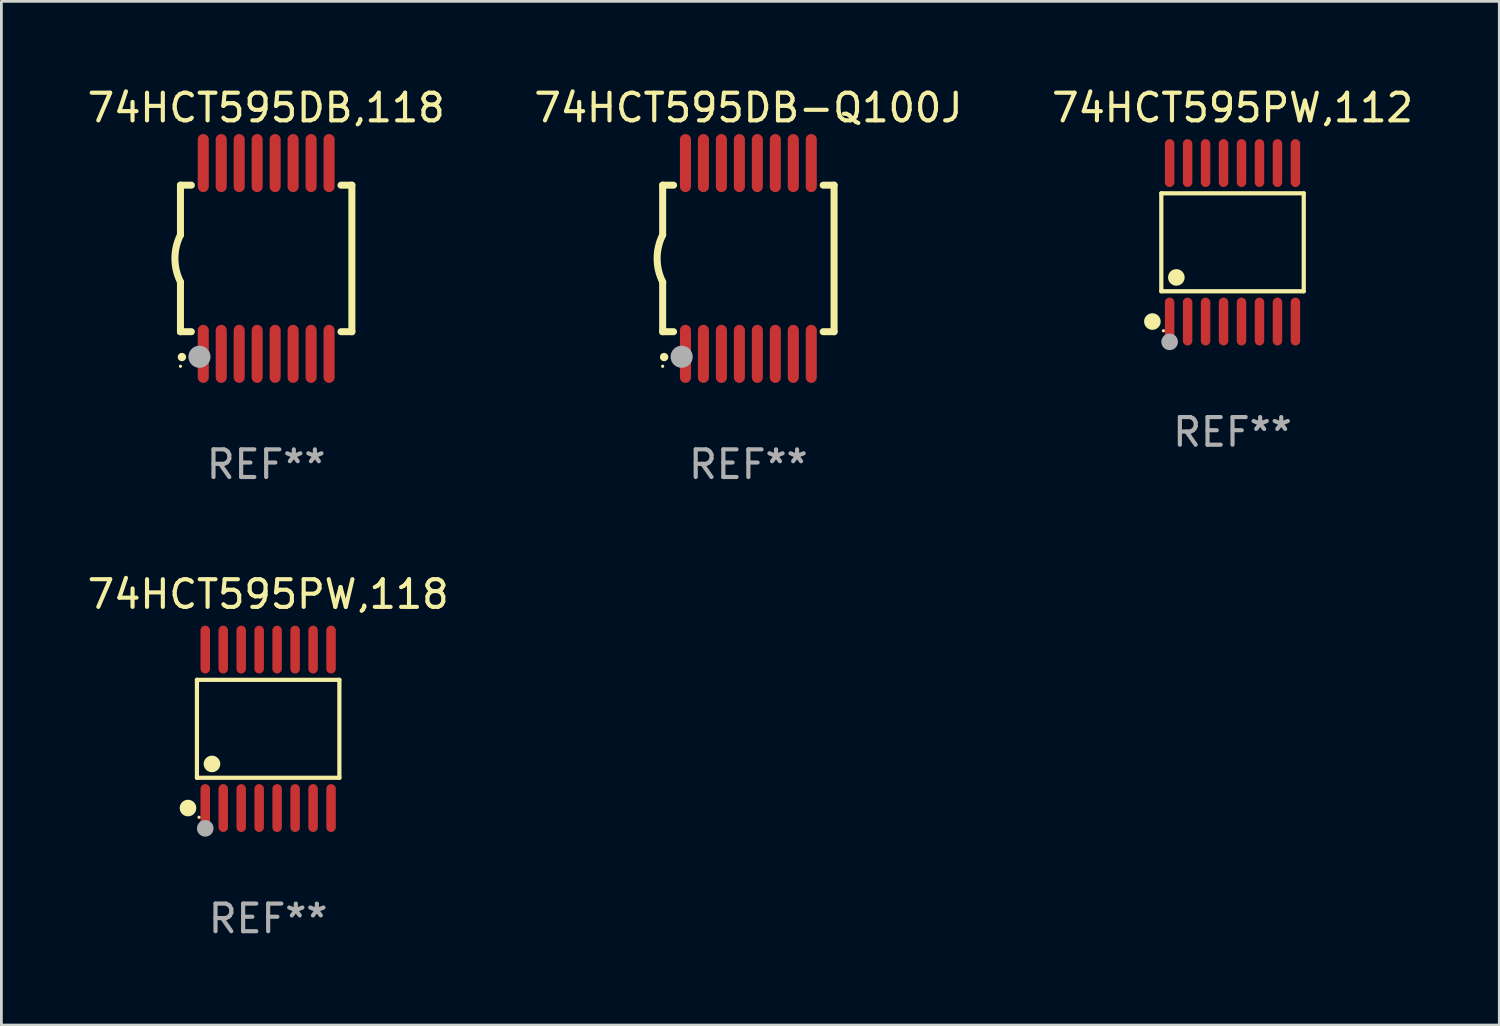
<source format=kicad_pcb>
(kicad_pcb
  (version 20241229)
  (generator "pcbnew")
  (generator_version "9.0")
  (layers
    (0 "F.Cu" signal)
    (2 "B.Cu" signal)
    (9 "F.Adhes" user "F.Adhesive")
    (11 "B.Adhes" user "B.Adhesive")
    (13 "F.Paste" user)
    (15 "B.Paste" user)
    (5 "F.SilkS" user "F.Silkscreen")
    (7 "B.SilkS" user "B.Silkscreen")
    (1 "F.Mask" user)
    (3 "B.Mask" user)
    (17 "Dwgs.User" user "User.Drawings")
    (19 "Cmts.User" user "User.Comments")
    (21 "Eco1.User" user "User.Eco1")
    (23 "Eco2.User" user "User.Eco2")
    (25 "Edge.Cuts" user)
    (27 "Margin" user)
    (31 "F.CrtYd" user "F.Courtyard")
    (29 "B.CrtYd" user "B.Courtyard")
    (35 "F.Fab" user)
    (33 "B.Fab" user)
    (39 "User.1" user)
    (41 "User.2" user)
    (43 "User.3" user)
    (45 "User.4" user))
  (footprint "74HCT595PW,112"
    (layer "F.Cu")
    (at 41.53 5.714)
    (property "Reference" "74HCT595PW,112" (at 0 -4.866 0) (layer "F.SilkS") (effects (font (size 1 1) (thickness 0.15))))
    (attr through_hole)
    (fp_line (start -2.576 -1.772) (end 2.576 -1.772) (stroke (width 0.152) (type solid)) (layer "F.SilkS"))
    (fp_line (start -2.576 1.771) (end -2.576 -1.772) (stroke (width 0.152) (type solid)) (layer "F.SilkS"))
    (fp_line (start 2.576 -1.772) (end 2.576 1.771) (stroke (width 0.152) (type solid)) (layer "F.SilkS"))
    (fp_line (start 2.576 1.771) (end -2.576 1.771) (stroke (width 0.152) (type solid)) (layer "F.SilkS"))
    (fp_circle (center -2.899 2.866) (end -2.749 2.866) (stroke (width 0.3) (type solid)) (fill no) (layer "F.SilkS"))
    (fp_circle (center -2.5 3.2) (end -2.47 3.2) (stroke (width 0.06) (type solid)) (fill no) (layer "F.SilkS"))
    (fp_circle (center -2.032 1.27) (end -1.882 1.27) (stroke (width 0.3) (type solid)) (fill no) (layer "F.SilkS"))
    (fp_circle (center -2.275 3.6) (end -2.125 3.6) (stroke (width 0.3) (type solid)) (fill no) (layer "F.Fab"))
    (fp_text user "REF**" (at 0 6.866 0) (layer "F.Fab") (effects (font (size 1 1) (thickness 0.15))))
    (pad "1" smd oval (at -2.275 2.866) (size 0.343 1.731) (layers "F.Cu" "F.Mask" "F.Paste"))
    (pad "2" smd oval (at -1.625 2.866) (size 0.343 1.731) (layers "F.Cu" "F.Mask" "F.Paste"))
    (pad "3" smd oval (at -0.975 2.866) (size 0.343 1.731) (layers "F.Cu" "F.Mask" "F.Paste"))
    (pad "4" smd oval (at -0.325 2.866) (size 0.343 1.731) (layers "F.Cu" "F.Mask" "F.Paste"))
    (pad "5" smd oval (at 0.325 2.866) (size 0.343 1.731) (layers "F.Cu" "F.Mask" "F.Paste"))
    (pad "6" smd oval (at 0.975 2.866) (size 0.343 1.731) (layers "F.Cu" "F.Mask" "F.Paste"))
    (pad "7" smd oval (at 1.625 2.866) (size 0.343 1.731) (layers "F.Cu" "F.Mask" "F.Paste"))
    (pad "8" smd oval (at 2.275 2.866) (size 0.343 1.731) (layers "F.Cu" "F.Mask" "F.Paste"))
    (pad "9" smd oval (at 2.275 -2.866) (size 0.343 1.731) (layers "F.Cu" "F.Mask" "F.Paste"))
    (pad "10" smd oval (at 1.625 -2.866) (size 0.343 1.731) (layers "F.Cu" "F.Mask" "F.Paste"))
    (pad "11" smd oval (at 0.975 -2.866) (size 0.343 1.731) (layers "F.Cu" "F.Mask" "F.Paste"))
    (pad "12" smd oval (at 0.325 -2.866) (size 0.343 1.731) (layers "F.Cu" "F.Mask" "F.Paste"))
    (pad "13" smd oval (at -0.325 -2.866) (size 0.343 1.731) (layers "F.Cu" "F.Mask" "F.Paste"))
    (pad "14" smd oval (at -0.975 -2.866) (size 0.343 1.731) (layers "F.Cu" "F.Mask" "F.Paste"))
    (pad "15" smd oval (at -1.625 -2.866) (size 0.343 1.731) (layers "F.Cu" "F.Mask" "F.Paste"))
    (pad "16" smd oval (at -2.275 -2.866) (size 0.343 1.731) (layers "F.Cu" "F.Mask" "F.Paste")))
  (footprint "74HCT595DB-Q100J"
    (layer "F.Cu")
    (at 24.018 6.298)
    (property "Reference" "74HCT595DB-Q100J" (at 0 -5.45 0) (layer "F.SilkS") (effects (font (size 1 1) (thickness 0.15))))
    (attr through_hole)
    (fp_line (start -3.1 -2.65) (end -3.1 -0.85) (stroke (width 0.254) (type solid)) (layer "F.SilkS"))
    (fp_line (start -3.1 -2.65) (end -2.706 -2.65) (stroke (width 0.254) (type solid)) (layer "F.SilkS"))
    (fp_line (start -3.1 2.65) (end -3.1 0.85) (stroke (width 0.254) (type solid)) (layer "F.SilkS"))
    (fp_line (start -3.1 2.65) (end -2.706 2.65) (stroke (width 0.254) (type solid)) (layer "F.SilkS"))
    (fp_line (start 2.706 -2.65) (end 3.1 -2.65) (stroke (width 0.254) (type solid)) (layer "F.SilkS"))
    (fp_line (start 2.706 2.65) (end 3.1 2.65) (stroke (width 0.254) (type solid)) (layer "F.SilkS"))
    (fp_line (start 3.1 -2.65) (end 3.1 2.65) (stroke (width 0.254) (type solid)) (layer "F.SilkS"))
    (fp_arc (start -3.098907 0.850902) (mid -3.300057 0.000523) (end -3.1 -0.850114) (stroke (width 0.254001) (type solid)) (layer "F.SilkS"))
    (fp_arc (start -3.048006 3.566066) (mid -3.046736 3.566061) (end -3.045466 3.566066) (stroke (width 0.3) (type solid)) (layer "F.SilkS"))
    (fp_circle (center -3.1 3.9) (end -3.07 3.9) (stroke (width 0.06) (type solid)) (fill no) (layer "F.SilkS"))
    (fp_circle (center -2.413 3.556) (end -2.213 3.556) (stroke (width 0.4) (type solid)) (fill no) (layer "F.Fab"))
    (fp_text user "REF**" (at 0 7.45 0) (layer "F.Fab") (effects (font (size 1 1) (thickness 0.15))))
    (pad "1" smd oval (at -2.275 3.45 180) (size 0.4 2.1) (layers "F.Cu" "F.Mask" "F.Paste"))
    (pad "2" smd oval (at -1.625 3.45 180) (size 0.4 2.1) (layers "F.Cu" "F.Mask" "F.Paste"))
    (pad "3" smd oval (at -0.975 3.45 180) (size 0.4 2.1) (layers "F.Cu" "F.Mask" "F.Paste"))
    (pad "4" smd oval (at -0.325 3.45 180) (size 0.4 2.1) (layers "F.Cu" "F.Mask" "F.Paste"))
    (pad "5" smd oval (at 0.325 3.45 180) (size 0.4 2.1) (layers "F.Cu" "F.Mask" "F.Paste"))
    (pad "6" smd oval (at 0.975 3.45 180) (size 0.4 2.1) (layers "F.Cu" "F.Mask" "F.Paste"))
    (pad "7" smd oval (at 1.625 3.45 180) (size 0.4 2.1) (layers "F.Cu" "F.Mask" "F.Paste"))
    (pad "8" smd oval (at 2.275 3.45 180) (size 0.4 2.1) (layers "F.Cu" "F.Mask" "F.Paste"))
    (pad "9" smd oval (at 2.275 -3.45 180) (size 0.4 2.1) (layers "F.Cu" "F.Mask" "F.Paste"))
    (pad "10" smd oval (at 1.625 -3.45 180) (size 0.4 2.1) (layers "F.Cu" "F.Mask" "F.Paste"))
    (pad "11" smd oval (at 0.975 -3.45 180) (size 0.4 2.1) (layers "F.Cu" "F.Mask" "F.Paste"))
    (pad "12" smd oval (at 0.325 -3.45 180) (size 0.4 2.1) (layers "F.Cu" "F.Mask" "F.Paste"))
    (pad "13" smd oval (at -0.325 -3.45 180) (size 0.4 2.1) (layers "F.Cu" "F.Mask" "F.Paste"))
    (pad "14" smd oval (at -0.975 -3.45 180) (size 0.4 2.1) (layers "F.Cu" "F.Mask" "F.Paste"))
    (pad "15" smd oval (at -1.625 -3.45 180) (size 0.4 2.1) (layers "F.Cu" "F.Mask" "F.Paste"))
    (pad "16" smd oval (at -2.275 -3.45 180) (size 0.4 2.1) (layers "F.Cu" "F.Mask" "F.Paste")))
  (footprint "74HCT595PW,118"
    (layer "F.Cu")
    (at 6.649 23.311)
    (property "Reference" "74HCT595PW,118" (at 0 -4.866 0) (layer "F.SilkS") (effects (font (size 1 1) (thickness 0.15))))
    (attr through_hole)
    (fp_line (start -2.576 -1.772) (end 2.576 -1.772) (stroke (width 0.152) (type solid)) (layer "F.SilkS"))
    (fp_line (start -2.576 1.771) (end -2.576 -1.772) (stroke (width 0.152) (type solid)) (layer "F.SilkS"))
    (fp_line (start 2.576 -1.772) (end 2.576 1.771) (stroke (width 0.152) (type solid)) (layer "F.SilkS"))
    (fp_line (start 2.576 1.771) (end -2.576 1.771) (stroke (width 0.152) (type solid)) (layer "F.SilkS"))
    (fp_circle (center -2.899 2.866) (end -2.749 2.866) (stroke (width 0.3) (type solid)) (fill no) (layer "F.SilkS"))
    (fp_circle (center -2.5 3.2) (end -2.47 3.2) (stroke (width 0.06) (type solid)) (fill no) (layer "F.SilkS"))
    (fp_circle (center -2.032 1.27) (end -1.882 1.27) (stroke (width 0.3) (type solid)) (fill no) (layer "F.SilkS"))
    (fp_circle (center -2.275 3.6) (end -2.125 3.6) (stroke (width 0.3) (type solid)) (fill no) (layer "F.Fab"))
    (fp_text user "REF**" (at 0 6.866 0) (layer "F.Fab") (effects (font (size 1 1) (thickness 0.15))))
    (pad "1" smd oval (at -2.275 2.866) (size 0.343 1.731) (layers "F.Cu" "F.Mask" "F.Paste"))
    (pad "2" smd oval (at -1.625 2.866) (size 0.343 1.731) (layers "F.Cu" "F.Mask" "F.Paste"))
    (pad "3" smd oval (at -0.975 2.866) (size 0.343 1.731) (layers "F.Cu" "F.Mask" "F.Paste"))
    (pad "4" smd oval (at -0.325 2.866) (size 0.343 1.731) (layers "F.Cu" "F.Mask" "F.Paste"))
    (pad "5" smd oval (at 0.325 2.866) (size 0.343 1.731) (layers "F.Cu" "F.Mask" "F.Paste"))
    (pad "6" smd oval (at 0.975 2.866) (size 0.343 1.731) (layers "F.Cu" "F.Mask" "F.Paste"))
    (pad "7" smd oval (at 1.625 2.866) (size 0.343 1.731) (layers "F.Cu" "F.Mask" "F.Paste"))
    (pad "8" smd oval (at 2.275 2.866) (size 0.343 1.731) (layers "F.Cu" "F.Mask" "F.Paste"))
    (pad "9" smd oval (at 2.275 -2.866) (size 0.343 1.731) (layers "F.Cu" "F.Mask" "F.Paste"))
    (pad "10" smd oval (at 1.625 -2.866) (size 0.343 1.731) (layers "F.Cu" "F.Mask" "F.Paste"))
    (pad "11" smd oval (at 0.975 -2.866) (size 0.343 1.731) (layers "F.Cu" "F.Mask" "F.Paste"))
    (pad "12" smd oval (at 0.325 -2.866) (size 0.343 1.731) (layers "F.Cu" "F.Mask" "F.Paste"))
    (pad "13" smd oval (at -0.325 -2.866) (size 0.343 1.731) (layers "F.Cu" "F.Mask" "F.Paste"))
    (pad "14" smd oval (at -0.975 -2.866) (size 0.343 1.731) (layers "F.Cu" "F.Mask" "F.Paste"))
    (pad "15" smd oval (at -1.625 -2.866) (size 0.343 1.731) (layers "F.Cu" "F.Mask" "F.Paste"))
    (pad "16" smd oval (at -2.275 -2.866) (size 0.343 1.731) (layers "F.Cu" "F.Mask" "F.Paste")))
  (footprint "74HCT595DB,118"
    (layer "F.Cu")
    (at 6.577 6.298)
    (property "Reference" "74HCT595DB,118" (at 0 -5.45 0) (layer "F.SilkS") (effects (font (size 1 1) (thickness 0.15))))
    (attr through_hole)
    (fp_line (start -3.1 -2.65) (end -3.1 -0.85) (stroke (width 0.254) (type solid)) (layer "F.SilkS"))
    (fp_line (start -3.1 -2.65) (end -2.706 -2.65) (stroke (width 0.254) (type solid)) (layer "F.SilkS"))
    (fp_line (start -3.1 2.65) (end -3.1 0.85) (stroke (width 0.254) (type solid)) (layer "F.SilkS"))
    (fp_line (start -3.1 2.65) (end -2.706 2.65) (stroke (width 0.254) (type solid)) (layer "F.SilkS"))
    (fp_line (start 2.706 -2.65) (end 3.1 -2.65) (stroke (width 0.254) (type solid)) (layer "F.SilkS"))
    (fp_line (start 2.706 2.65) (end 3.1 2.65) (stroke (width 0.254) (type solid)) (layer "F.SilkS"))
    (fp_line (start 3.1 -2.65) (end 3.1 2.65) (stroke (width 0.254) (type solid)) (layer "F.SilkS"))
    (fp_arc (start -3.098907 0.850902) (mid -3.300057 0.000523) (end -3.1 -0.850114) (stroke (width 0.254001) (type solid)) (layer "F.SilkS"))
    (fp_arc (start -3.048006 3.566066) (mid -3.046736 3.566061) (end -3.045466 3.566066) (stroke (width 0.3) (type solid)) (layer "F.SilkS"))
    (fp_circle (center -3.1 3.9) (end -3.07 3.9) (stroke (width 0.06) (type solid)) (fill no) (layer "F.SilkS"))
    (fp_circle (center -2.413 3.556) (end -2.213 3.556) (stroke (width 0.4) (type solid)) (fill no) (layer "F.Fab"))
    (fp_text user "REF**" (at 0 7.45 0) (layer "F.Fab") (effects (font (size 1 1) (thickness 0.15))))
    (pad "1" smd oval (at -2.275 3.45 180) (size 0.4 2.1) (layers "F.Cu" "F.Mask" "F.Paste"))
    (pad "2" smd oval (at -1.625 3.45 180) (size 0.4 2.1) (layers "F.Cu" "F.Mask" "F.Paste"))
    (pad "3" smd oval (at -0.975 3.45 180) (size 0.4 2.1) (layers "F.Cu" "F.Mask" "F.Paste"))
    (pad "4" smd oval (at -0.325 3.45 180) (size 0.4 2.1) (layers "F.Cu" "F.Mask" "F.Paste"))
    (pad "5" smd oval (at 0.325 3.45 180) (size 0.4 2.1) (layers "F.Cu" "F.Mask" "F.Paste"))
    (pad "6" smd oval (at 0.975 3.45 180) (size 0.4 2.1) (layers "F.Cu" "F.Mask" "F.Paste"))
    (pad "7" smd oval (at 1.625 3.45 180) (size 0.4 2.1) (layers "F.Cu" "F.Mask" "F.Paste"))
    (pad "8" smd oval (at 2.275 3.45 180) (size 0.4 2.1) (layers "F.Cu" "F.Mask" "F.Paste"))
    (pad "9" smd oval (at 2.275 -3.45 180) (size 0.4 2.1) (layers "F.Cu" "F.Mask" "F.Paste"))
    (pad "10" smd oval (at 1.625 -3.45 180) (size 0.4 2.1) (layers "F.Cu" "F.Mask" "F.Paste"))
    (pad "11" smd oval (at 0.975 -3.45 180) (size 0.4 2.1) (layers "F.Cu" "F.Mask" "F.Paste"))
    (pad "12" smd oval (at 0.325 -3.45 180) (size 0.4 2.1) (layers "F.Cu" "F.Mask" "F.Paste"))
    (pad "13" smd oval (at -0.325 -3.45 180) (size 0.4 2.1) (layers "F.Cu" "F.Mask" "F.Paste"))
    (pad "14" smd oval (at -0.975 -3.45 180) (size 0.4 2.1) (layers "F.Cu" "F.Mask" "F.Paste"))
    (pad "15" smd oval (at -1.625 -3.45 180) (size 0.4 2.1) (layers "F.Cu" "F.Mask" "F.Paste"))
    (pad "16" smd oval (at -2.275 -3.45 180) (size 0.4 2.1) (layers "F.Cu" "F.Mask" "F.Paste")))
  (gr_rect
    (start -3 -3)
    (end 51.179 34.025)
    (stroke (width 0.1) (type default))
    (fill no)
    (layer "Edge.Cuts")))
</source>
